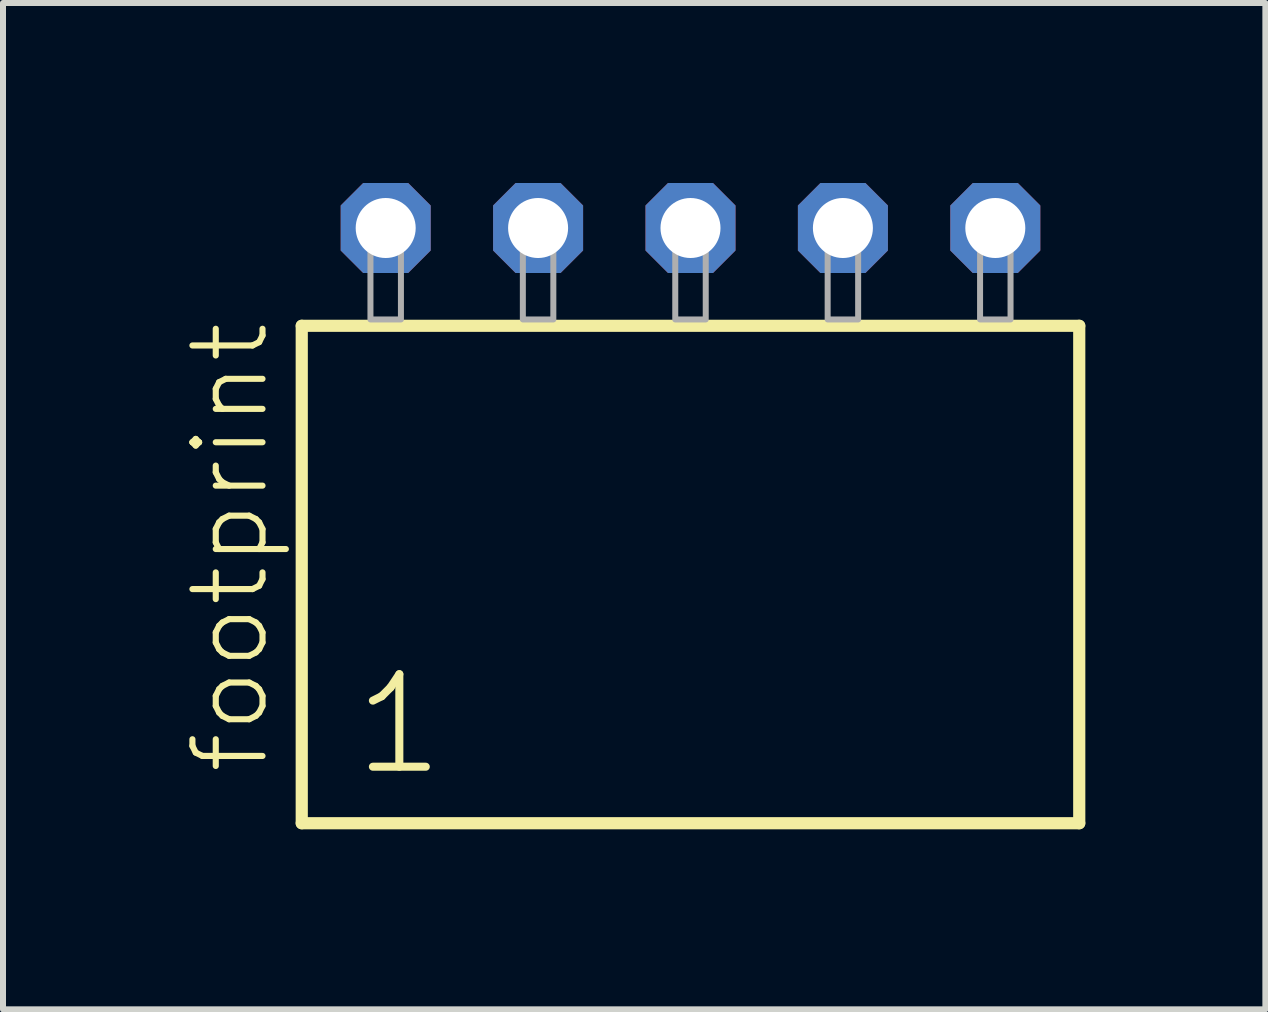
<source format=kicad_pcb>
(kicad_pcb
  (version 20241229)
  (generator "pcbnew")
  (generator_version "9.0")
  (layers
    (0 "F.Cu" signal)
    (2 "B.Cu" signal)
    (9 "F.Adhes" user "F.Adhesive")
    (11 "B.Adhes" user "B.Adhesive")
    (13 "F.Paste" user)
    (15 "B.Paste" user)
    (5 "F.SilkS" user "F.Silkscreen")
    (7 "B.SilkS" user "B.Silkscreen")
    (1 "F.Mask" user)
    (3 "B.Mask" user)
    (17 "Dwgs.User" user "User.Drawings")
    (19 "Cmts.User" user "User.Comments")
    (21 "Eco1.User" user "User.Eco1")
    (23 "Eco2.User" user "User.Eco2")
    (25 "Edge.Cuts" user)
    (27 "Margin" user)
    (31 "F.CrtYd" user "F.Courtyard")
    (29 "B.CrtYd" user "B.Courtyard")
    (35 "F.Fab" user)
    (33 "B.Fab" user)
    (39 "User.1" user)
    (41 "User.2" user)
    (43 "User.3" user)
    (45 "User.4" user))
  (footprint "footprint"
    (layer "F.Cu")
    (at 8.458 2.274)
    (property "Reference" "footprint" (at -6.985 7.62 90) (layer "F.SilkS") (effects (font (size 1.168 1.168) (thickness 0.102)) (justify left bottom)))
    (fp_line (start -6.479 0.106) (end -6.479 8.396) (stroke (width 0.203) (type solid)) (layer "F.SilkS"))
    (fp_line (start -6.479 8.396) (end 6.479 8.396) (stroke (width 0.203) (type solid)) (layer "F.SilkS"))
    (fp_line (start 6.479 0.106) (end -6.479 0.106) (stroke (width 0.203) (type solid)) (layer "F.SilkS"))
    (fp_line (start 6.479 8.396) (end 6.479 0.106) (stroke (width 0.203) (type solid)) (layer "F.SilkS"))
    (fp_poly (pts (xy -5.334 0) (xy -4.826 0) (xy -4.826 -1.778) (xy -5.334 -1.778)) (stroke (width 0.1) (type solid)) (fill no) (layer "F.Fab"))
    (fp_poly (pts (xy -2.794 0) (xy -2.286 0) (xy -2.286 -1.778) (xy -2.794 -1.778)) (stroke (width 0.1) (type solid)) (fill no) (layer "F.Fab"))
    (fp_poly (pts (xy -0.254 0) (xy 0.254 0) (xy 0.254 -1.778) (xy -0.254 -1.778)) (stroke (width 0.1) (type solid)) (fill no) (layer "F.Fab"))
    (fp_poly (pts (xy 2.286 0) (xy 2.794 0) (xy 2.794 -1.778) (xy 2.286 -1.778)) (stroke (width 0.1) (type solid)) (fill no) (layer "F.Fab"))
    (fp_poly (pts (xy 4.826 0) (xy 5.334 0) (xy 5.334 -1.778) (xy 4.826 -1.778)) (stroke (width 0.1) (type solid)) (fill no) (layer "F.Fab"))
    (fp_text user "1" (at -5.675 7.65 0) (layer "F.SilkS") (effects (font (size 1.542 1.542) (thickness 0.134)) (justify left bottom)))
    (pad "1" thru_hole roundrect (at -5.08 -1.524) (size 1.5 1.5) (drill 1) (layers "*.Cu" "*.Mask") (roundrect_rratio 0.25) (chamfer_ratio 0.25) (chamfer top_left top_right bottom_left bottom_right))
    (pad "2" thru_hole roundrect (at -2.54 -1.524) (size 1.5 1.5) (drill 1) (layers "*.Cu" "*.Mask") (roundrect_rratio 0.25) (chamfer_ratio 0.25) (chamfer top_left top_right bottom_left bottom_right))
    (pad "3" thru_hole roundrect (at 0 -1.524) (size 1.5 1.5) (drill 1) (layers "*.Cu" "*.Mask") (roundrect_rratio 0.25) (chamfer_ratio 0.25) (chamfer top_left top_right bottom_left bottom_right))
    (pad "4" thru_hole roundrect (at 2.54 -1.524) (size 1.5 1.5) (drill 1) (layers "*.Cu" "*.Mask") (roundrect_rratio 0.25) (chamfer_ratio 0.25) (chamfer top_left top_right bottom_left bottom_right))
    (pad "5" thru_hole roundrect (at 5.08 -1.524) (size 1.5 1.5) (drill 1) (layers "*.Cu" "*.Mask") (roundrect_rratio 0.25) (chamfer_ratio 0.25) (chamfer top_left top_right bottom_left bottom_right)))
  (gr_rect
    (start -3 -3)
    (end 18.039 13.772)
    (stroke (width 0.1) (type default))
    (fill no)
    (layer "Edge.Cuts")))
</source>
